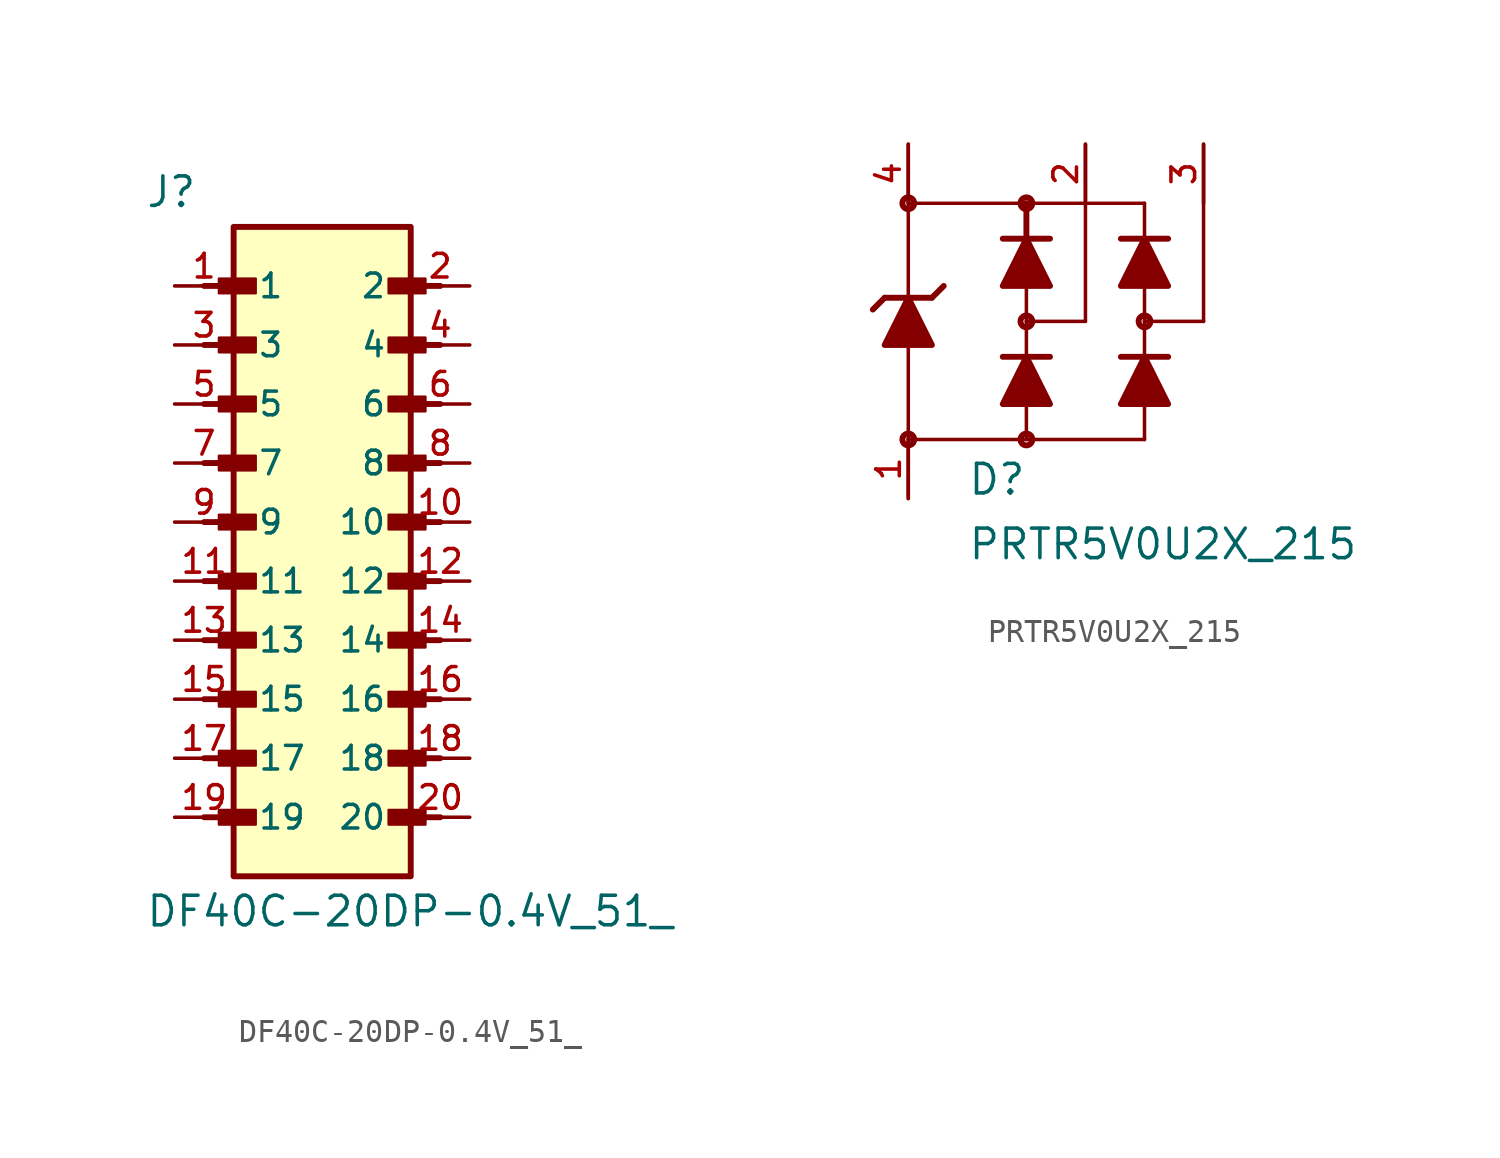
<source format=kicad_sym>
(kicad_symbol_lib
  (version 20241209)
  (generator "kicad_symbol_editor")
  (generator_version "9.0")
  (symbol "DF40C-20DP-0.4V_51_"
    (pin_names
      (offset 1.016))
    (property "Reference" "J"
      (at -7.62 13.462 0)
      (effects (font (size 1.27 1.27)) (justify left bottom)))
    (property "Value" "DF40C-20DP-0.4V_51_"
      (at -7.62 -16.002 0)
      (effects (font (size 1.27 1.27)) (justify left top)))
    (symbol "DF40C-20DP-0.4V_51__0_0"
      (polyline (pts (xy -5.08 10.16) (xy -3.175 10.16)) (stroke (width 0.254) (type default)) (fill (type none)))
      (polyline (pts (xy -5.08 7.62) (xy -3.175 7.62)) (stroke (width 0.254) (type default)) (fill (type none)))
      (polyline (pts (xy -5.08 5.08) (xy -3.175 5.08)) (stroke (width 0.254) (type default)) (fill (type none)))
      (polyline (pts (xy -5.08 2.54) (xy -3.175 2.54)) (stroke (width 0.254) (type default)) (fill (type none)))
      (polyline (pts (xy -5.08 0) (xy -3.175 0)) (stroke (width 0.254) (type default)) (fill (type none)))
      (polyline (pts (xy -5.08 -2.54) (xy -3.175 -2.54)) (stroke (width 0.254) (type default)) (fill (type none)))
      (polyline (pts (xy -5.08 -5.08) (xy -3.175 -5.08)) (stroke (width 0.254) (type default)) (fill (type none)))
      (polyline (pts (xy -5.08 -7.62) (xy -3.175 -7.62)) (stroke (width 0.254) (type default)) (fill (type none)))
      (polyline (pts (xy -5.08 -10.16) (xy -3.175 -10.16)) (stroke (width 0.254) (type default)) (fill (type none)))
      (polyline (pts (xy -5.08 -12.7) (xy -3.175 -12.7)) (stroke (width 0.254) (type default)) (fill (type none)))
      (rectangle (start -4.445 9.842) (end -2.857 10.477) (stroke (width 0.1) (type default)) (fill (type outline)))
      (rectangle (start -4.445 7.303) (end -2.857 7.938) (stroke (width 0.1) (type default)) (fill (type outline)))
      (rectangle (start -4.445 4.763) (end -2.857 5.397) (stroke (width 0.1) (type default)) (fill (type outline)))
      (rectangle (start -4.445 2.223) (end -2.857 2.857) (stroke (width 0.1) (type default)) (fill (type outline)))
      (rectangle (start -4.445 -0.318) (end -2.857 0.318) (stroke (width 0.1) (type default)) (fill (type outline)))
      (rectangle (start -4.445 -2.857) (end -2.857 -2.223) (stroke (width 0.1) (type default)) (fill (type outline)))
      (rectangle (start -4.445 -5.397) (end -2.857 -4.763) (stroke (width 0.1) (type default)) (fill (type outline)))
      (rectangle (start -4.445 -7.938) (end -2.857 -7.303) (stroke (width 0.1) (type default)) (fill (type outline)))
      (rectangle (start -4.445 -10.477) (end -2.857 -9.842) (stroke (width 0.1) (type default)) (fill (type outline)))
      (rectangle (start -4.445 -13.018) (end -2.857 -12.383) (stroke (width 0.1) (type default)) (fill (type outline)))
      (rectangle (start -3.81 12.7) (end 3.81 -15.24) (stroke (width 0.254) (type default)) (fill (type background)))
      (rectangle (start 2.857 9.842) (end 4.445 10.477) (stroke (width 0.1) (type default)) (fill (type outline)))
      (rectangle (start 2.857 7.303) (end 4.445 7.938) (stroke (width 0.1) (type default)) (fill (type outline)))
      (rectangle (start 2.857 4.763) (end 4.445 5.397) (stroke (width 0.1) (type default)) (fill (type outline)))
      (rectangle (start 2.857 2.223) (end 4.445 2.857) (stroke (width 0.1) (type default)) (fill (type outline)))
      (rectangle (start 2.857 -0.318) (end 4.445 0.318) (stroke (width 0.1) (type default)) (fill (type outline)))
      (rectangle (start 2.857 -2.857) (end 4.445 -2.223) (stroke (width 0.1) (type default)) (fill (type outline)))
      (rectangle (start 2.857 -5.397) (end 4.445 -4.763) (stroke (width 0.1) (type default)) (fill (type outline)))
      (rectangle (start 2.857 -7.938) (end 4.445 -7.303) (stroke (width 0.1) (type default)) (fill (type outline)))
      (rectangle (start 2.857 -10.477) (end 4.445 -9.842) (stroke (width 0.1) (type default)) (fill (type outline)))
      (rectangle (start 2.857 -12.383) (end 4.445 -13.018) (stroke (width 0.1) (type default)) (fill (type outline)))
      (polyline (pts (xy 5.08 10.16) (xy 3.175 10.16)) (stroke (width 0.254) (type default)) (fill (type none)))
      (polyline (pts (xy 5.08 7.62) (xy 3.175 7.62)) (stroke (width 0.254) (type default)) (fill (type none)))
      (polyline (pts (xy 5.08 5.08) (xy 3.175 5.08)) (stroke (width 0.254) (type default)) (fill (type none)))
      (polyline (pts (xy 5.08 2.54) (xy 3.175 2.54)) (stroke (width 0.254) (type default)) (fill (type none)))
      (polyline (pts (xy 5.08 0) (xy 3.175 0)) (stroke (width 0.254) (type default)) (fill (type none)))
      (polyline (pts (xy 5.08 -2.54) (xy 3.175 -2.54)) (stroke (width 0.254) (type default)) (fill (type none)))
      (polyline (pts (xy 5.08 -5.08) (xy 3.175 -5.08)) (stroke (width 0.254) (type default)) (fill (type none)))
      (polyline (pts (xy 5.08 -7.62) (xy 3.175 -7.62)) (stroke (width 0.254) (type default)) (fill (type none)))
      (polyline (pts (xy 5.08 -10.16) (xy 3.175 -10.16)) (stroke (width 0.254) (type default)) (fill (type none)))
      (polyline (pts (xy 5.08 -12.7) (xy 3.175 -12.7)) (stroke (width 0.254) (type default)) (fill (type none))))
    (symbol "DF40C-20DP-0.4V_51__1_0"
      (pin passive line (at -6.35 10.16 0) (length 2.54) (name "1" (effects (font (size 1.016 1.016)))) (number "1" (effects (font (size 1.016 1.016)))))
      (pin passive line (at -6.35 7.62 0) (length 2.54) (name "3" (effects (font (size 1.016 1.016)))) (number "3" (effects (font (size 1.016 1.016)))))
      (pin passive line (at -6.35 5.08 0) (length 2.54) (name "5" (effects (font (size 1.016 1.016)))) (number "5" (effects (font (size 1.016 1.016)))))
      (pin passive line (at -6.35 2.54 0) (length 2.54) (name "7" (effects (font (size 1.016 1.016)))) (number "7" (effects (font (size 1.016 1.016)))))
      (pin passive line (at -6.35 0 0) (length 2.54) (name "9" (effects (font (size 1.016 1.016)))) (number "9" (effects (font (size 1.016 1.016)))))
      (pin passive line (at -6.35 -2.54 0) (length 2.54) (name "11" (effects (font (size 1.016 1.016)))) (number "11" (effects (font (size 1.016 1.016)))))
      (pin passive line (at -6.35 -5.08 0) (length 2.54) (name "13" (effects (font (size 1.016 1.016)))) (number "13" (effects (font (size 1.016 1.016)))))
      (pin passive line (at -6.35 -7.62 0) (length 2.54) (name "15" (effects (font (size 1.016 1.016)))) (number "15" (effects (font (size 1.016 1.016)))))
      (pin passive line (at -6.35 -10.16 0) (length 2.54) (name "17" (effects (font (size 1.016 1.016)))) (number "17" (effects (font (size 1.016 1.016)))))
      (pin passive line (at -6.35 -12.7 0) (length 2.54) (name "19" (effects (font (size 1.016 1.016)))) (number "19" (effects (font (size 1.016 1.016)))))
      (pin passive line (at 6.35 10.16 180) (length 2.54) (name "2" (effects (font (size 1.016 1.016)))) (number "2" (effects (font (size 1.016 1.016)))))
      (pin passive line (at 6.35 7.62 180) (length 2.54) (name "4" (effects (font (size 1.016 1.016)))) (number "4" (effects (font (size 1.016 1.016)))))
      (pin passive line (at 6.35 5.08 180) (length 2.54) (name "6" (effects (font (size 1.016 1.016)))) (number "6" (effects (font (size 1.016 1.016)))))
      (pin passive line (at 6.35 2.54 180) (length 2.54) (name "8" (effects (font (size 1.016 1.016)))) (number "8" (effects (font (size 1.016 1.016)))))
      (pin passive line (at 6.35 0 180) (length 2.54) (name "10" (effects (font (size 1.016 1.016)))) (number "10" (effects (font (size 1.016 1.016)))))
      (pin passive line (at 6.35 -2.54 180) (length 2.54) (name "12" (effects (font (size 1.016 1.016)))) (number "12" (effects (font (size 1.016 1.016)))))
      (pin passive line (at 6.35 -5.08 180) (length 2.54) (name "14" (effects (font (size 1.016 1.016)))) (number "14" (effects (font (size 1.016 1.016)))))
      (pin passive line (at 6.35 -7.62 180) (length 2.54) (name "16" (effects (font (size 1.016 1.016)))) (number "16" (effects (font (size 1.016 1.016)))))
      (pin passive line (at 6.35 -10.16 180) (length 2.54) (name "18" (effects (font (size 1.016 1.016)))) (number "18" (effects (font (size 1.016 1.016)))))
      (pin passive line (at 6.35 -12.7 180) (length 2.54) (name "20" (effects (font (size 1.016 1.016)))) (number "20" (effects (font (size 1.016 1.016)))))))
  (symbol "PRTR5V0U2X_215"
    (pin_names
      (offset 1.016))
    (property "Reference" "D"
      (at -2.547 -7.54 0)
      (effects (font (size 1.27 1.27)) (justify left bottom)))
    (property "Value" "PRTR5V0U2X_215"
      (at -2.543 -10.325 0)
      (effects (font (size 1.27 1.27)) (justify left bottom)))
    (symbol "PRTR5V0U2X_215_0_0"
      (polyline (pts (xy -6.096 1.016) (xy -6.604 0.508)) (stroke (width 0.254) (type default)) (fill (type none)))
      (polyline (pts (xy -6.096 1.016) (xy -5.08 1.016)) (stroke (width 0.254) (type default)) (fill (type none)))
      (polyline (pts (xy -6.096 -1.016) (xy -5.08 1.016) (xy -4.064 -1.016) (xy -6.096 -1.016)) (stroke (width 0.254) (type default)) (fill (type outline)))
      (circle (center -5.08 5.08) (radius 0.254) (stroke (width 0.254) (type default)) (fill (type none)))
      (polyline (pts (xy -5.08 1.016) (xy -5.08 7.62)) (stroke (width 0.152) (type default)) (fill (type none)))
      (polyline (pts (xy -5.08 1.016) (xy -4.064 1.016)) (stroke (width 0.254) (type default)) (fill (type none)))
      (polyline (pts (xy -5.08 -1.016) (xy -5.08 -7.62)) (stroke (width 0.152) (type default)) (fill (type none)))
      (circle (center -5.08 -5.08) (radius 0.254) (stroke (width 0.254) (type default)) (fill (type none)))
      (polyline (pts (xy -4.064 1.016) (xy -3.556 1.524)) (stroke (width 0.254) (type default)) (fill (type none)))
      (polyline (pts (xy -1.016 3.556) (xy 0 3.556)) (stroke (width 0.254) (type default)) (fill (type none)))
      (polyline (pts (xy -1.016 1.524) (xy 0 3.556) (xy 1.016 1.524) (xy -1.016 1.524)) (stroke (width 0.254) (type default)) (fill (type outline)))
      (polyline (pts (xy -1.016 -1.524) (xy 0 -1.524)) (stroke (width 0.254) (type default)) (fill (type none)))
      (polyline (pts (xy -1.016 -3.556) (xy 0 -1.524) (xy 1.016 -3.556) (xy -1.016 -3.556)) (stroke (width 0.254) (type default)) (fill (type outline)))
      (circle (center 0 5.08) (radius 0.254) (stroke (width 0.254) (type default)) (fill (type none)))
      (polyline (pts (xy 0 3.556) (xy 0 5.08)) (stroke (width 0.254) (type default)) (fill (type none)))
      (polyline (pts (xy 0 3.556) (xy 1.016 3.556)) (stroke (width 0.254) (type default)) (fill (type none)))
      (polyline (pts (xy 0 0) (xy 0 1.524)) (stroke (width 0.152) (type default)) (fill (type none)))
      (polyline (pts (xy 0 0) (xy 2.54 0)) (stroke (width 0.152) (type default)) (fill (type none)))
      (circle (center 0 0) (radius 0.254) (stroke (width 0.254) (type default)) (fill (type none)))
      (polyline (pts (xy 0 -1.524) (xy 0 0)) (stroke (width 0.152) (type default)) (fill (type none)))
      (polyline (pts (xy 0 -1.524) (xy 1.016 -1.524)) (stroke (width 0.254) (type default)) (fill (type none)))
      (polyline (pts (xy 0 -3.556) (xy 0 -5.08)) (stroke (width 0.152) (type default)) (fill (type none)))
      (circle (center 0 -5.08) (radius 0.254) (stroke (width 0.254) (type default)) (fill (type none)))
      (polyline (pts (xy 2.54 0) (xy 2.54 7.62)) (stroke (width 0.152) (type default)) (fill (type none)))
      (polyline (pts (xy 4.064 3.556) (xy 5.08 3.556)) (stroke (width 0.254) (type default)) (fill (type none)))
      (polyline (pts (xy 4.064 1.524) (xy 5.08 3.556) (xy 6.096 1.524) (xy 4.064 1.524)) (stroke (width 0.254) (type default)) (fill (type outline)))
      (polyline (pts (xy 4.064 -1.524) (xy 5.08 -1.524)) (stroke (width 0.254) (type default)) (fill (type none)))
      (polyline (pts (xy 4.064 -3.556) (xy 5.08 -1.524) (xy 6.096 -3.556) (xy 4.064 -3.556)) (stroke (width 0.254) (type default)) (fill (type outline)))
      (polyline (pts (xy 5.08 5.08) (xy -5.08 5.08)) (stroke (width 0.152) (type default)) (fill (type none)))
      (polyline (pts (xy 5.08 3.556) (xy 5.08 5.08)) (stroke (width 0.152) (type default)) (fill (type none)))
      (polyline (pts (xy 5.08 3.556) (xy 6.096 3.556)) (stroke (width 0.254) (type default)) (fill (type none)))
      (polyline (pts (xy 5.08 0) (xy 5.08 1.524)) (stroke (width 0.152) (type default)) (fill (type none)))
      (polyline (pts (xy 5.08 0) (xy 7.62 0)) (stroke (width 0.152) (type default)) (fill (type none)))
      (circle (center 5.08 0) (radius 0.254) (stroke (width 0.254) (type default)) (fill (type none)))
      (polyline (pts (xy 5.08 -1.524) (xy 5.08 0)) (stroke (width 0.152) (type default)) (fill (type none)))
      (polyline (pts (xy 5.08 -1.524) (xy 6.096 -1.524)) (stroke (width 0.254) (type default)) (fill (type none)))
      (polyline (pts (xy 5.08 -3.556) (xy 5.08 -5.08)) (stroke (width 0.152) (type default)) (fill (type none)))
      (polyline (pts (xy 5.08 -5.08) (xy -5.08 -5.08)) (stroke (width 0.152) (type default)) (fill (type none)))
      (polyline (pts (xy 7.62 0) (xy 7.62 7.62)) (stroke (width 0.152) (type default)) (fill (type none)))
      (pin passive line (at -5.08 7.62 270) (length 2.54) (name "~" (effects (font (size 1.016 1.016)))) (number "4" (effects (font (size 1.016 1.016)))))
      (pin passive line (at -5.08 -7.62 90) (length 2.54) (name "~" (effects (font (size 1.016 1.016)))) (number "1" (effects (font (size 1.016 1.016)))))
      (pin passive line (at 2.54 7.62 270) (length 2.54) (name "~" (effects (font (size 1.016 1.016)))) (number "2" (effects (font (size 1.016 1.016)))))
      (pin passive line (at 7.62 7.62 270) (length 2.54) (name "~" (effects (font (size 1.016 1.016)))) (number "3" (effects (font (size 1.016 1.016))))))))
</source>
